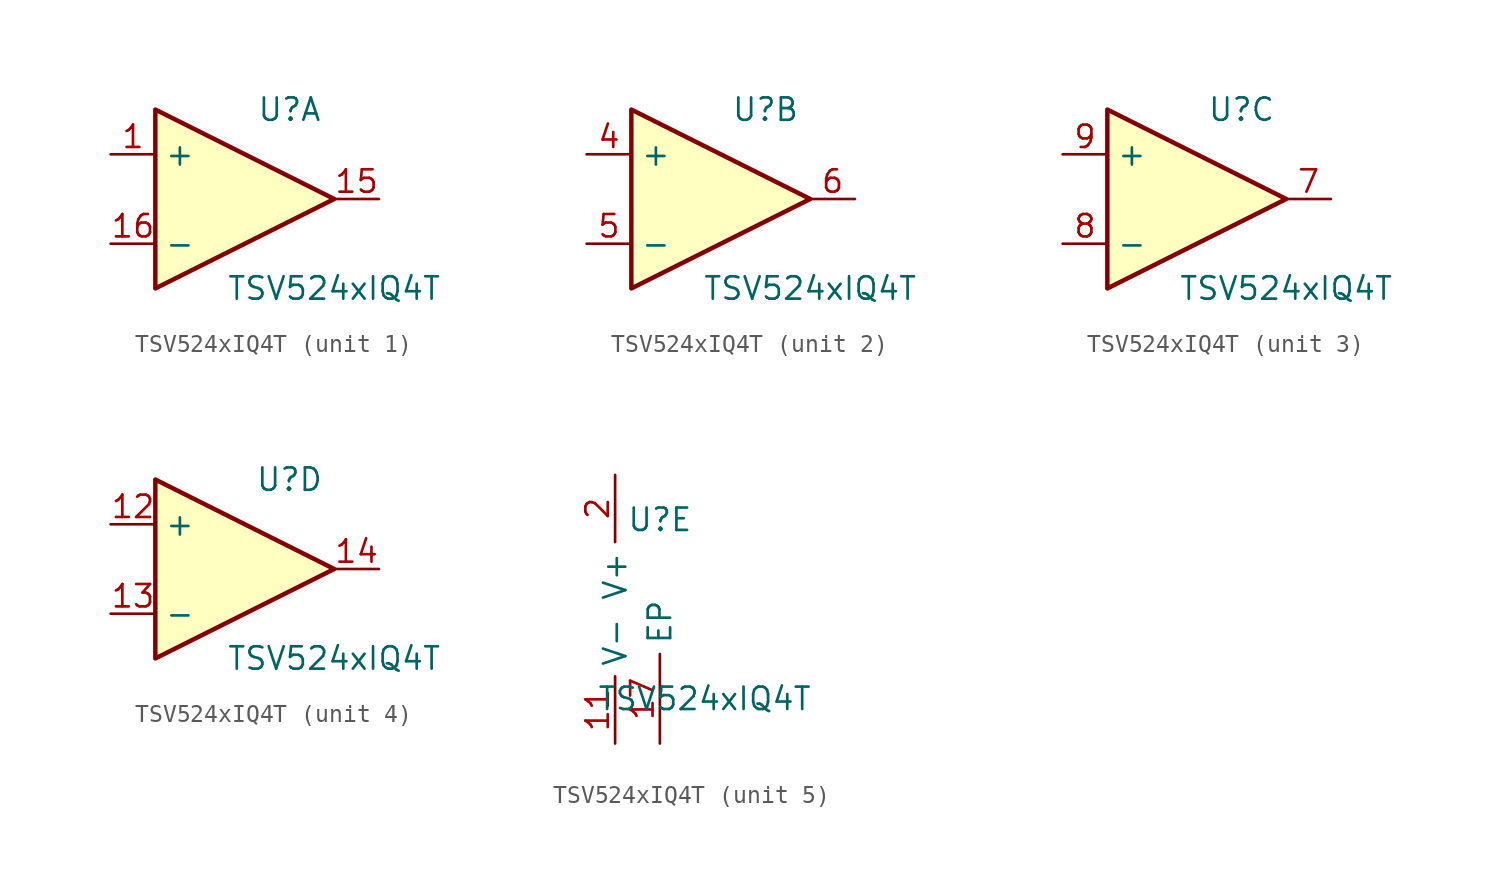
<source format=kicad_sym>
(kicad_symbol_lib
  (version 20241209)
  (generator "kicad_symbol_editor")
  (generator_version "9.0")
  (symbol "TSV524xIQ4T"
    (property "Reference" "U"
      (at 2.54 5.08 0)
      (effects (font (size 1.27 1.27))))
    (property "Value" "TSV524xIQ4T"
      (at 5.08 -5.08 0)
      (effects (font (size 1.27 1.27))))
    (property "ki_locked" ""
      (at 0 0 0)
      (effects (font (size 1.27 1.27))))
    (symbol "TSV524xIQ4T_1_1"
      (polyline (pts (xy -5.08 5.08) (xy 5.08 0) (xy -5.08 -5.08) (xy -5.08 5.08)) (stroke (width 0.254) (type default)) (fill (type background)))
      (pin input line (at -7.62 2.54 0) (length 2.54) (name "+" (effects (font (size 1.27 1.27)))) (number "1" (effects (font (size 1.27 1.27)))))
      (pin input line (at -7.62 -2.54 0) (length 2.54) (name "-" (effects (font (size 1.27 1.27)))) (number "16" (effects (font (size 1.27 1.27)))))
      (pin output line (at 7.62 0 180) (length 2.54) (name "~" (effects (font (size 1.27 1.27)))) (number "15" (effects (font (size 1.27 1.27))))))
    (symbol "TSV524xIQ4T_2_1"
      (polyline (pts (xy -5.08 5.08) (xy 5.08 0) (xy -5.08 -5.08) (xy -5.08 5.08)) (stroke (width 0.254) (type default)) (fill (type background)))
      (pin input line (at -7.62 2.54 0) (length 2.54) (name "+" (effects (font (size 1.27 1.27)))) (number "4" (effects (font (size 1.27 1.27)))))
      (pin input line (at -7.62 -2.54 0) (length 2.54) (name "-" (effects (font (size 1.27 1.27)))) (number "5" (effects (font (size 1.27 1.27)))))
      (pin output line (at 7.62 0 180) (length 2.54) (name "~" (effects (font (size 1.27 1.27)))) (number "6" (effects (font (size 1.27 1.27))))))
    (symbol "TSV524xIQ4T_3_1"
      (polyline (pts (xy -5.08 5.08) (xy 5.08 0) (xy -5.08 -5.08) (xy -5.08 5.08)) (stroke (width 0.254) (type default)) (fill (type background)))
      (pin input line (at -7.62 2.54 0) (length 2.54) (name "+" (effects (font (size 1.27 1.27)))) (number "9" (effects (font (size 1.27 1.27)))))
      (pin input line (at -7.62 -2.54 0) (length 2.54) (name "-" (effects (font (size 1.27 1.27)))) (number "8" (effects (font (size 1.27 1.27)))))
      (pin output line (at 7.62 0 180) (length 2.54) (name "~" (effects (font (size 1.27 1.27)))) (number "7" (effects (font (size 1.27 1.27))))))
    (symbol "TSV524xIQ4T_4_1"
      (polyline (pts (xy -5.08 5.08) (xy 5.08 0) (xy -5.08 -5.08) (xy -5.08 5.08)) (stroke (width 0.254) (type default)) (fill (type background)))
      (pin input line (at -7.62 2.54 0) (length 2.54) (name "+" (effects (font (size 1.27 1.27)))) (number "12" (effects (font (size 1.27 1.27)))))
      (pin input line (at -7.62 -2.54 0) (length 2.54) (name "-" (effects (font (size 1.27 1.27)))) (number "13" (effects (font (size 1.27 1.27)))))
      (pin output line (at 7.62 0 180) (length 2.54) (name "~" (effects (font (size 1.27 1.27)))) (number "14" (effects (font (size 1.27 1.27))))))
    (symbol "TSV524xIQ4T_5_1"
      (pin no_connect line (at -2.54 2.54 0) (length 3.81) (hide yes) (name "NC" (effects (font (size 1.27 1.27)))) (number "3" (effects (font (size 1.27 1.27)))))
      (pin no_connect line (at -2.54 0 0) (length 3.81) (hide yes) (name "NC" (effects (font (size 1.27 1.27)))) (number "10" (effects (font (size 1.27 1.27)))))
      (pin power_in line (at 0 7.62 270) (length 3.81) (name "V+" (effects (font (size 1.27 1.27)))) (number "2" (effects (font (size 1.27 1.27)))))
      (pin power_in line (at 0 -7.62 90) (length 3.81) (name "V-" (effects (font (size 1.27 1.27)))) (number "11" (effects (font (size 1.27 1.27)))))
      (pin passive line (at 2.54 -7.62 90) (length 5.08) (name "EP" (effects (font (size 1.27 1.27)))) (number "17" (effects (font (size 1.27 1.27))))))))
</source>
